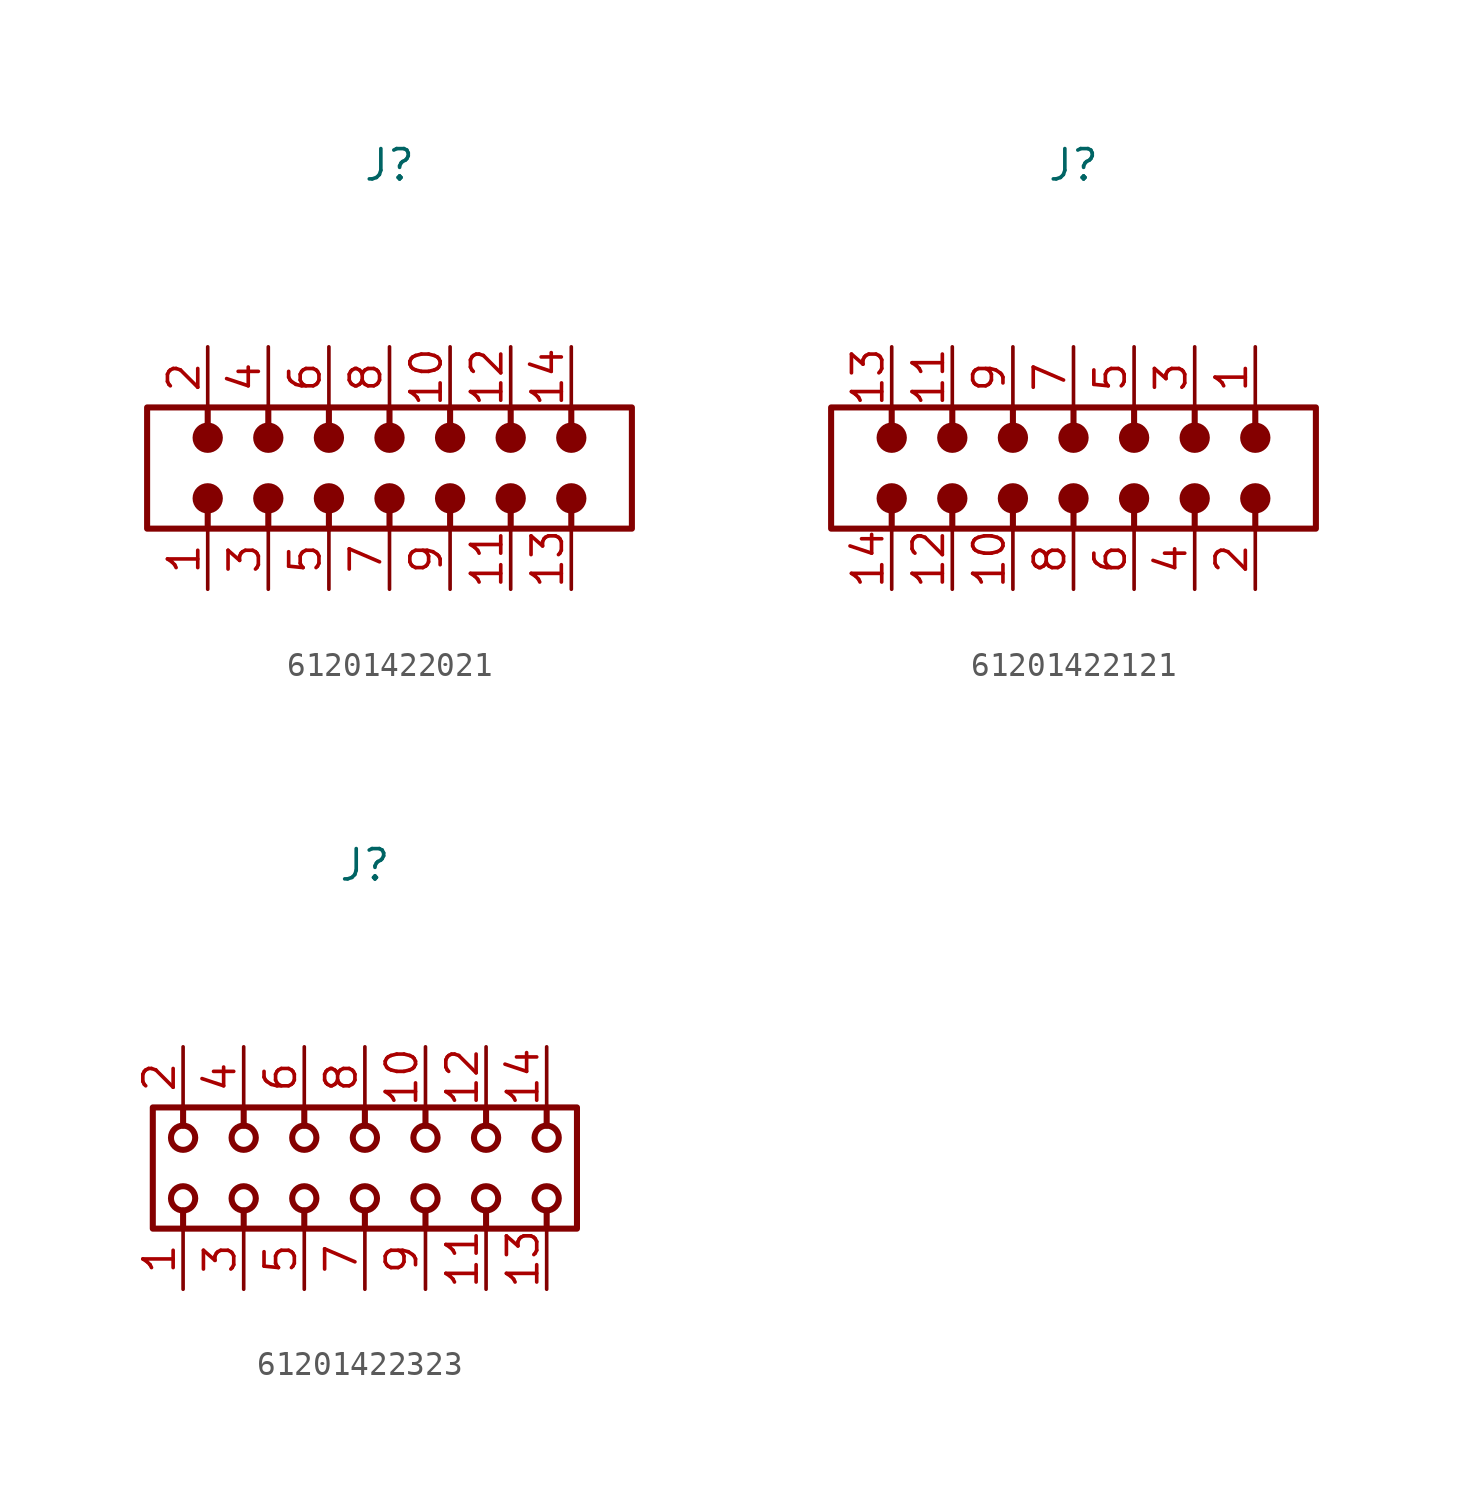
<source format=kicad_sym>
(kicad_symbol_lib
  (version 20241209)
  (generator "kicad_symbol_editor")
  (generator_version "9.0")
  (symbol "61201422021"
    (pin_names
      (hide yes))
    (property "Reference" "J"
      (at 0 12.7 0)
      (effects (font (size 1.27 1.27))))
    (symbol "61201422021_1_1"
      (rectangle (start -10.16 2.54) (end 10.16 -2.54) (stroke (width 0.254) (type solid)) (fill (type none)))
      (polyline (pts (xy -7.62 1.778) (xy -7.62 2.54)) (stroke (width 0.254) (type solid)) (fill (type none)))
      (circle (center -7.62 1.27) (radius 0.508) (stroke (width 0.254) (type solid)) (fill (type outline)))
      (circle (center -7.62 -1.27) (radius 0.508) (stroke (width 0.254) (type solid)) (fill (type outline)))
      (polyline (pts (xy -7.62 -1.778) (xy -7.62 -2.54)) (stroke (width 0.254) (type solid)) (fill (type none)))
      (polyline (pts (xy -5.08 1.778) (xy -5.08 2.54)) (stroke (width 0.254) (type solid)) (fill (type none)))
      (circle (center -5.08 1.27) (radius 0.508) (stroke (width 0.254) (type solid)) (fill (type outline)))
      (circle (center -5.08 -1.27) (radius 0.508) (stroke (width 0.254) (type solid)) (fill (type outline)))
      (polyline (pts (xy -5.08 -1.778) (xy -5.08 -2.54)) (stroke (width 0.254) (type solid)) (fill (type none)))
      (polyline (pts (xy -2.54 1.778) (xy -2.54 2.54)) (stroke (width 0.254) (type solid)) (fill (type none)))
      (circle (center -2.54 1.27) (radius 0.508) (stroke (width 0.254) (type solid)) (fill (type outline)))
      (circle (center -2.54 -1.27) (radius 0.508) (stroke (width 0.254) (type solid)) (fill (type outline)))
      (polyline (pts (xy -2.54 -1.778) (xy -2.54 -2.54)) (stroke (width 0.254) (type solid)) (fill (type none)))
      (polyline (pts (xy 0 1.778) (xy 0 2.54)) (stroke (width 0.254) (type solid)) (fill (type none)))
      (circle (center 0 1.27) (radius 0.508) (stroke (width 0.254) (type solid)) (fill (type outline)))
      (circle (center 0 -1.27) (radius 0.508) (stroke (width 0.254) (type solid)) (fill (type outline)))
      (polyline (pts (xy 0 -1.778) (xy 0 -2.54)) (stroke (width 0.254) (type solid)) (fill (type none)))
      (polyline (pts (xy 2.54 1.778) (xy 2.54 2.54)) (stroke (width 0.254) (type solid)) (fill (type none)))
      (circle (center 2.54 1.27) (radius 0.508) (stroke (width 0.254) (type solid)) (fill (type outline)))
      (circle (center 2.54 -1.27) (radius 0.508) (stroke (width 0.254) (type solid)) (fill (type outline)))
      (polyline (pts (xy 2.54 -1.778) (xy 2.54 -2.54)) (stroke (width 0.254) (type solid)) (fill (type none)))
      (polyline (pts (xy 5.08 1.778) (xy 5.08 2.54)) (stroke (width 0.254) (type solid)) (fill (type none)))
      (circle (center 5.08 1.27) (radius 0.508) (stroke (width 0.254) (type solid)) (fill (type outline)))
      (circle (center 5.08 -1.27) (radius 0.508) (stroke (width 0.254) (type solid)) (fill (type outline)))
      (polyline (pts (xy 5.08 -1.778) (xy 5.08 -2.54)) (stroke (width 0.254) (type solid)) (fill (type none)))
      (polyline (pts (xy 7.62 1.778) (xy 7.62 2.54)) (stroke (width 0.254) (type solid)) (fill (type none)))
      (circle (center 7.62 1.27) (radius 0.508) (stroke (width 0.254) (type solid)) (fill (type outline)))
      (circle (center 7.62 -1.27) (radius 0.508) (stroke (width 0.254) (type solid)) (fill (type outline)))
      (polyline (pts (xy 7.62 -1.778) (xy 7.62 -2.54)) (stroke (width 0.254) (type solid)) (fill (type none)))
      (pin passive line (at -7.62 5.08 270) (length 2.54) (name "2" (effects (font (size 1.27 1.27)))) (number "2" (effects (font (size 1.27 1.27)))))
      (pin passive line (at -7.62 -5.08 90) (length 2.54) (name "1" (effects (font (size 1.27 1.27)))) (number "1" (effects (font (size 1.27 1.27)))))
      (pin passive line (at -5.08 5.08 270) (length 2.54) (name "4" (effects (font (size 1.27 1.27)))) (number "4" (effects (font (size 1.27 1.27)))))
      (pin passive line (at -5.08 -5.08 90) (length 2.54) (name "3" (effects (font (size 1.27 1.27)))) (number "3" (effects (font (size 1.27 1.27)))))
      (pin passive line (at -2.54 5.08 270) (length 2.54) (name "6" (effects (font (size 1.27 1.27)))) (number "6" (effects (font (size 1.27 1.27)))))
      (pin passive line (at -2.54 -5.08 90) (length 2.54) (name "5" (effects (font (size 1.27 1.27)))) (number "5" (effects (font (size 1.27 1.27)))))
      (pin passive line (at 0 5.08 270) (length 2.54) (name "8" (effects (font (size 1.27 1.27)))) (number "8" (effects (font (size 1.27 1.27)))))
      (pin passive line (at 0 -5.08 90) (length 2.54) (name "7" (effects (font (size 1.27 1.27)))) (number "7" (effects (font (size 1.27 1.27)))))
      (pin passive line (at 2.54 5.08 270) (length 2.54) (name "10" (effects (font (size 1.27 1.27)))) (number "10" (effects (font (size 1.27 1.27)))))
      (pin passive line (at 2.54 -5.08 90) (length 2.54) (name "9" (effects (font (size 1.27 1.27)))) (number "9" (effects (font (size 1.27 1.27)))))
      (pin passive line (at 5.08 5.08 270) (length 2.54) (name "12" (effects (font (size 1.27 1.27)))) (number "12" (effects (font (size 1.27 1.27)))))
      (pin passive line (at 5.08 -5.08 90) (length 2.54) (name "11" (effects (font (size 1.27 1.27)))) (number "11" (effects (font (size 1.27 1.27)))))
      (pin passive line (at 7.62 5.08 270) (length 2.54) (name "14" (effects (font (size 1.27 1.27)))) (number "14" (effects (font (size 1.27 1.27)))))
      (pin passive line (at 7.62 -5.08 90) (length 2.54) (name "13" (effects (font (size 1.27 1.27)))) (number "13" (effects (font (size 1.27 1.27)))))))
  (symbol "61201422121"
    (pin_names
      (hide yes))
    (property "Reference" "J"
      (at 0 12.7 0)
      (effects (font (size 1.27 1.27))))
    (symbol "61201422121_1_1"
      (rectangle (start -10.16 2.54) (end 10.16 -2.54) (stroke (width 0.254) (type solid)) (fill (type none)))
      (polyline (pts (xy -7.62 1.778) (xy -7.62 2.54)) (stroke (width 0.254) (type solid)) (fill (type none)))
      (circle (center -7.62 1.27) (radius 0.508) (stroke (width 0.254) (type solid)) (fill (type outline)))
      (circle (center -7.62 -1.27) (radius 0.508) (stroke (width 0.254) (type solid)) (fill (type outline)))
      (polyline (pts (xy -7.62 -1.778) (xy -7.62 -2.54)) (stroke (width 0.254) (type solid)) (fill (type none)))
      (polyline (pts (xy -5.08 1.778) (xy -5.08 2.54)) (stroke (width 0.254) (type solid)) (fill (type none)))
      (circle (center -5.08 1.27) (radius 0.508) (stroke (width 0.254) (type solid)) (fill (type outline)))
      (circle (center -5.08 -1.27) (radius 0.508) (stroke (width 0.254) (type solid)) (fill (type outline)))
      (polyline (pts (xy -5.08 -1.778) (xy -5.08 -2.54)) (stroke (width 0.254) (type solid)) (fill (type none)))
      (polyline (pts (xy -2.54 1.778) (xy -2.54 2.54)) (stroke (width 0.254) (type solid)) (fill (type none)))
      (circle (center -2.54 1.27) (radius 0.508) (stroke (width 0.254) (type solid)) (fill (type outline)))
      (circle (center -2.54 -1.27) (radius 0.508) (stroke (width 0.254) (type solid)) (fill (type outline)))
      (polyline (pts (xy -2.54 -1.778) (xy -2.54 -2.54)) (stroke (width 0.254) (type solid)) (fill (type none)))
      (polyline (pts (xy 0 1.778) (xy 0 2.54)) (stroke (width 0.254) (type solid)) (fill (type none)))
      (circle (center 0 1.27) (radius 0.508) (stroke (width 0.254) (type solid)) (fill (type outline)))
      (circle (center 0 -1.27) (radius 0.508) (stroke (width 0.254) (type solid)) (fill (type outline)))
      (polyline (pts (xy 0 -1.778) (xy 0 -2.54)) (stroke (width 0.254) (type solid)) (fill (type none)))
      (polyline (pts (xy 2.54 1.778) (xy 2.54 2.54)) (stroke (width 0.254) (type solid)) (fill (type none)))
      (circle (center 2.54 1.27) (radius 0.508) (stroke (width 0.254) (type solid)) (fill (type outline)))
      (circle (center 2.54 -1.27) (radius 0.508) (stroke (width 0.254) (type solid)) (fill (type outline)))
      (polyline (pts (xy 2.54 -1.778) (xy 2.54 -2.54)) (stroke (width 0.254) (type solid)) (fill (type none)))
      (polyline (pts (xy 5.08 1.778) (xy 5.08 2.54)) (stroke (width 0.254) (type solid)) (fill (type none)))
      (circle (center 5.08 1.27) (radius 0.508) (stroke (width 0.254) (type solid)) (fill (type outline)))
      (circle (center 5.08 -1.27) (radius 0.508) (stroke (width 0.254) (type solid)) (fill (type outline)))
      (polyline (pts (xy 5.08 -1.778) (xy 5.08 -2.54)) (stroke (width 0.254) (type solid)) (fill (type none)))
      (polyline (pts (xy 7.62 1.778) (xy 7.62 2.54)) (stroke (width 0.254) (type solid)) (fill (type none)))
      (circle (center 7.62 1.27) (radius 0.508) (stroke (width 0.254) (type solid)) (fill (type outline)))
      (circle (center 7.62 -1.27) (radius 0.508) (stroke (width 0.254) (type solid)) (fill (type outline)))
      (polyline (pts (xy 7.62 -1.778) (xy 7.62 -2.54)) (stroke (width 0.254) (type solid)) (fill (type none)))
      (pin passive line (at -7.62 5.08 270) (length 2.54) (name "13" (effects (font (size 1.27 1.27)))) (number "13" (effects (font (size 1.27 1.27)))))
      (pin passive line (at -7.62 -5.08 90) (length 2.54) (name "14" (effects (font (size 1.27 1.27)))) (number "14" (effects (font (size 1.27 1.27)))))
      (pin passive line (at -5.08 5.08 270) (length 2.54) (name "11" (effects (font (size 1.27 1.27)))) (number "11" (effects (font (size 1.27 1.27)))))
      (pin passive line (at -5.08 -5.08 90) (length 2.54) (name "12" (effects (font (size 1.27 1.27)))) (number "12" (effects (font (size 1.27 1.27)))))
      (pin passive line (at -2.54 5.08 270) (length 2.54) (name "9" (effects (font (size 1.27 1.27)))) (number "9" (effects (font (size 1.27 1.27)))))
      (pin passive line (at -2.54 -5.08 90) (length 2.54) (name "10" (effects (font (size 1.27 1.27)))) (number "10" (effects (font (size 1.27 1.27)))))
      (pin passive line (at 0 5.08 270) (length 2.54) (name "7" (effects (font (size 1.27 1.27)))) (number "7" (effects (font (size 1.27 1.27)))))
      (pin passive line (at 0 -5.08 90) (length 2.54) (name "8" (effects (font (size 1.27 1.27)))) (number "8" (effects (font (size 1.27 1.27)))))
      (pin passive line (at 2.54 5.08 270) (length 2.54) (name "5" (effects (font (size 1.27 1.27)))) (number "5" (effects (font (size 1.27 1.27)))))
      (pin passive line (at 2.54 -5.08 90) (length 2.54) (name "6" (effects (font (size 1.27 1.27)))) (number "6" (effects (font (size 1.27 1.27)))))
      (pin passive line (at 5.08 5.08 270) (length 2.54) (name "3" (effects (font (size 1.27 1.27)))) (number "3" (effects (font (size 1.27 1.27)))))
      (pin passive line (at 5.08 -5.08 90) (length 2.54) (name "4" (effects (font (size 1.27 1.27)))) (number "4" (effects (font (size 1.27 1.27)))))
      (pin passive line (at 7.62 5.08 270) (length 2.54) (name "1" (effects (font (size 1.27 1.27)))) (number "1" (effects (font (size 1.27 1.27)))))
      (pin passive line (at 7.62 -5.08 90) (length 2.54) (name "2" (effects (font (size 1.27 1.27)))) (number "2" (effects (font (size 1.27 1.27)))))))
  (symbol "61201422323"
    (pin_names
      (hide yes))
    (property "Reference" "J"
      (at 0 12.7 0)
      (effects (font (size 1.27 1.27))))
    (symbol "61201422323_1_1"
      (rectangle (start -8.89 2.54) (end 8.89 -2.54) (stroke (width 0.254) (type solid)) (fill (type none)))
      (polyline (pts (xy -7.62 1.778) (xy -7.62 2.54)) (stroke (width 0.254) (type solid)) (fill (type none)))
      (circle (center -7.62 1.27) (radius 0.508) (stroke (width 0.254) (type solid)) (fill (type none)))
      (circle (center -7.62 -1.27) (radius 0.508) (stroke (width 0.254) (type solid)) (fill (type none)))
      (polyline (pts (xy -7.62 -1.778) (xy -7.62 -2.54)) (stroke (width 0.254) (type solid)) (fill (type none)))
      (polyline (pts (xy -5.08 1.778) (xy -5.08 2.54)) (stroke (width 0.254) (type solid)) (fill (type none)))
      (circle (center -5.08 1.27) (radius 0.508) (stroke (width 0.254) (type solid)) (fill (type none)))
      (circle (center -5.08 -1.27) (radius 0.508) (stroke (width 0.254) (type solid)) (fill (type none)))
      (polyline (pts (xy -5.08 -1.778) (xy -5.08 -2.54)) (stroke (width 0.254) (type solid)) (fill (type none)))
      (polyline (pts (xy -2.54 1.778) (xy -2.54 2.54)) (stroke (width 0.254) (type solid)) (fill (type none)))
      (circle (center -2.54 1.27) (radius 0.508) (stroke (width 0.254) (type solid)) (fill (type none)))
      (circle (center -2.54 -1.27) (radius 0.508) (stroke (width 0.254) (type solid)) (fill (type none)))
      (polyline (pts (xy -2.54 -1.778) (xy -2.54 -2.54)) (stroke (width 0.254) (type solid)) (fill (type none)))
      (polyline (pts (xy 0 1.778) (xy 0 2.54)) (stroke (width 0.254) (type solid)) (fill (type none)))
      (circle (center 0 1.27) (radius 0.508) (stroke (width 0.254) (type solid)) (fill (type none)))
      (circle (center 0 -1.27) (radius 0.508) (stroke (width 0.254) (type solid)) (fill (type none)))
      (polyline (pts (xy 0 -1.778) (xy 0 -2.54)) (stroke (width 0.254) (type solid)) (fill (type none)))
      (polyline (pts (xy 2.54 1.778) (xy 2.54 2.54)) (stroke (width 0.254) (type solid)) (fill (type none)))
      (circle (center 2.54 1.27) (radius 0.508) (stroke (width 0.254) (type solid)) (fill (type none)))
      (circle (center 2.54 -1.27) (radius 0.508) (stroke (width 0.254) (type solid)) (fill (type none)))
      (polyline (pts (xy 2.54 -1.778) (xy 2.54 -2.54)) (stroke (width 0.254) (type solid)) (fill (type none)))
      (polyline (pts (xy 5.08 1.778) (xy 5.08 2.54)) (stroke (width 0.254) (type solid)) (fill (type none)))
      (circle (center 5.08 1.27) (radius 0.508) (stroke (width 0.254) (type solid)) (fill (type none)))
      (circle (center 5.08 -1.27) (radius 0.508) (stroke (width 0.254) (type solid)) (fill (type none)))
      (polyline (pts (xy 5.08 -1.778) (xy 5.08 -2.54)) (stroke (width 0.254) (type solid)) (fill (type none)))
      (polyline (pts (xy 7.62 1.778) (xy 7.62 2.54)) (stroke (width 0.254) (type solid)) (fill (type none)))
      (circle (center 7.62 1.27) (radius 0.508) (stroke (width 0.254) (type solid)) (fill (type none)))
      (circle (center 7.62 -1.27) (radius 0.508) (stroke (width 0.254) (type solid)) (fill (type none)))
      (polyline (pts (xy 7.62 -1.778) (xy 7.62 -2.54)) (stroke (width 0.254) (type solid)) (fill (type none)))
      (pin passive line (at -7.62 5.08 270) (length 2.54) (name "2" (effects (font (size 1.27 1.27)))) (number "2" (effects (font (size 1.27 1.27)))))
      (pin passive line (at -7.62 -5.08 90) (length 2.54) (name "1" (effects (font (size 1.27 1.27)))) (number "1" (effects (font (size 1.27 1.27)))))
      (pin passive line (at -5.08 5.08 270) (length 2.54) (name "4" (effects (font (size 1.27 1.27)))) (number "4" (effects (font (size 1.27 1.27)))))
      (pin passive line (at -5.08 -5.08 90) (length 2.54) (name "3" (effects (font (size 1.27 1.27)))) (number "3" (effects (font (size 1.27 1.27)))))
      (pin passive line (at -2.54 5.08 270) (length 2.54) (name "6" (effects (font (size 1.27 1.27)))) (number "6" (effects (font (size 1.27 1.27)))))
      (pin passive line (at -2.54 -5.08 90) (length 2.54) (name "5" (effects (font (size 1.27 1.27)))) (number "5" (effects (font (size 1.27 1.27)))))
      (pin passive line (at 0 5.08 270) (length 2.54) (name "8" (effects (font (size 1.27 1.27)))) (number "8" (effects (font (size 1.27 1.27)))))
      (pin passive line (at 0 -5.08 90) (length 2.54) (name "7" (effects (font (size 1.27 1.27)))) (number "7" (effects (font (size 1.27 1.27)))))
      (pin passive line (at 2.54 5.08 270) (length 2.54) (name "10" (effects (font (size 1.27 1.27)))) (number "10" (effects (font (size 1.27 1.27)))))
      (pin passive line (at 2.54 -5.08 90) (length 2.54) (name "9" (effects (font (size 1.27 1.27)))) (number "9" (effects (font (size 1.27 1.27)))))
      (pin passive line (at 5.08 5.08 270) (length 2.54) (name "12" (effects (font (size 1.27 1.27)))) (number "12" (effects (font (size 1.27 1.27)))))
      (pin passive line (at 5.08 -5.08 90) (length 2.54) (name "11" (effects (font (size 1.27 1.27)))) (number "11" (effects (font (size 1.27 1.27)))))
      (pin passive line (at 7.62 5.08 270) (length 2.54) (name "14" (effects (font (size 1.27 1.27)))) (number "14" (effects (font (size 1.27 1.27)))))
      (pin passive line (at 7.62 -5.08 90) (length 2.54) (name "13" (effects (font (size 1.27 1.27)))) (number "13" (effects (font (size 1.27 1.27))))))))
</source>
